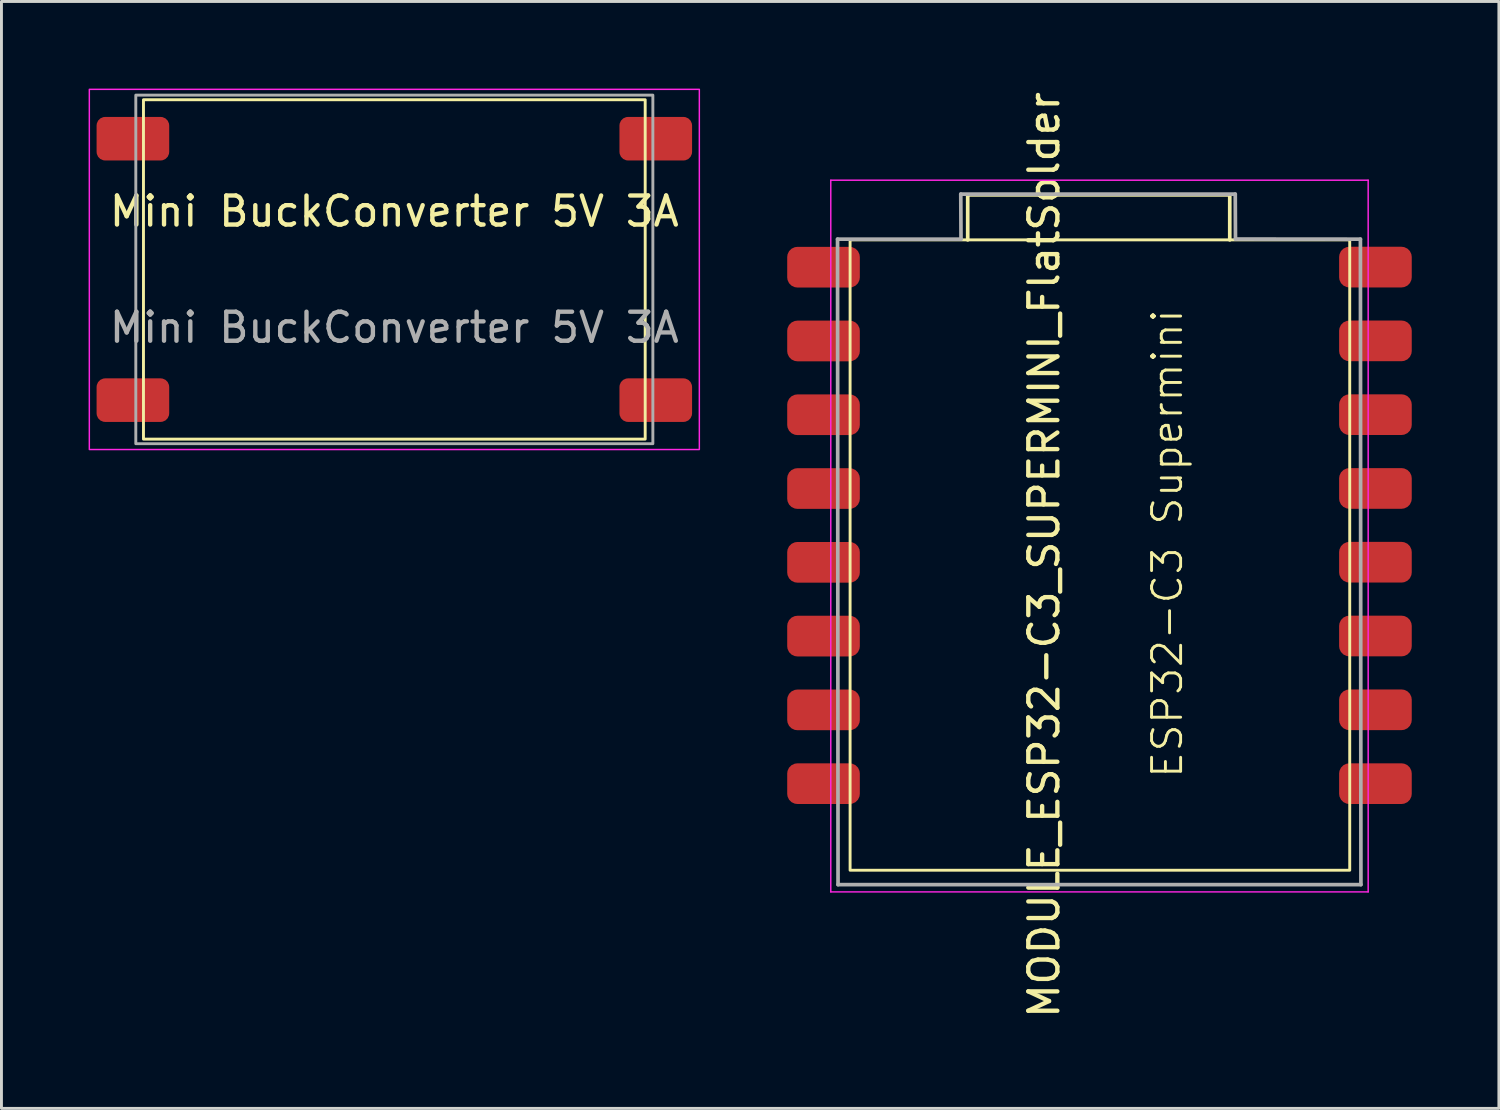
<source format=kicad_pcb>
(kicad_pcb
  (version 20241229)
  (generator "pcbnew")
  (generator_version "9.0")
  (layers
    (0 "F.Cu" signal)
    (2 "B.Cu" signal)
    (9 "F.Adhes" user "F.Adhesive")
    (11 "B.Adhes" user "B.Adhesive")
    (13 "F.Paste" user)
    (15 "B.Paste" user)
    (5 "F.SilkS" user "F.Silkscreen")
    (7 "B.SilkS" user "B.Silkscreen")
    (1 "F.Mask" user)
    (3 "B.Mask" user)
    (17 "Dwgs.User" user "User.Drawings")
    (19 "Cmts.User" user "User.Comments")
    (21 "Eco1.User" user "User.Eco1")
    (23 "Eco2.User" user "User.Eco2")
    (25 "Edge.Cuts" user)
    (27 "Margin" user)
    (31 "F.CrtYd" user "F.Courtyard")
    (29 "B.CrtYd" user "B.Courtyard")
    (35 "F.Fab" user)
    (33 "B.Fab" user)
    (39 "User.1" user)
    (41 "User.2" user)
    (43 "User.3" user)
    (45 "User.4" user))
  (footprint "Mini BuckConverter 5V 3A"
    (layer "F.Cu")
    (at 10.525 6.225)
    (property "Reference" "Mini BuckConverter 5V 3A" (at 0 -2 0) (unlocked yes) (layer "F.SilkS") (effects (font (size 1 1) (thickness 0.15))))
    (attr smd)
    (fp_rect (start -8.636 -5.842) (end 8.636 5.842) (stroke (width 0.1) (type default)) (fill no) (layer "F.SilkS"))
    (fp_rect (start -10.1 -5.08) (end -7.862 -3.88) (stroke (width 0.1) (type default)) (fill yes) (layer "F.Paste"))
    (fp_rect (start -10.1 3.9) (end -7.862 5.1) (stroke (width 0.1) (type default)) (fill yes) (layer "F.Paste"))
    (fp_rect (start 7.862 -5.08) (end 10.1 -3.88) (stroke (width 0.1) (type default)) (fill yes) (layer "F.Paste"))
    (fp_rect (start 7.862 3.9) (end 10.1 5.1) (stroke (width 0.1) (type default)) (fill yes) (layer "F.Paste"))
    (fp_rect (start -10.5 -6.2) (end 10.5 6.2) (stroke (width 0.05) (type default)) (fill no) (layer "F.CrtYd"))
    (fp_rect (start 8.9 6) (end -8.9 -6) (stroke (width 0.1) (type solid)) (fill no) (layer "F.Fab"))
    (fp_text user "${REFERENCE}" (at 0 2 0) (unlocked yes) (layer "F.Fab") (effects (font (size 1 1) (thickness 0.15))))
    (pad "1" connect roundrect (at 9 -4.5) (size 2.5 1.5) (layers "F.Cu" "F.Mask") (roundrect_rratio 0.197))
    (pad "2" connect roundrect (at 9 4.5) (size 2.5 1.5) (layers "F.Cu" "F.Mask") (roundrect_rratio 0.197))
    (pad "3" connect roundrect (at -9 4.5) (size 2.5 1.5) (layers "F.Cu" "F.Mask") (roundrect_rratio 0.197))
    (pad "4" connect roundrect (at -9 -4.5) (size 2.5 1.5) (layers "F.Cu" "F.Mask") (roundrect_rratio 0.197)))
  (footprint "MODULE_ESP32-C3_SUPERMINI_FlatSolder"
    (layer "F.Cu")
    (at 34.8 16.054)
    (property "Reference" "MODULE_ESP32-C3_SUPERMINI_FlatSolder" (at -1.905 0 90) (layer "F.SilkS") (effects (font (size 1 1) (thickness 0.15))))
    (attr smd)
    (fp_line (start -4.536 -12.395) (end -4.536 -10.846) (stroke (width 0.127) (type solid)) (layer "F.SilkS"))
    (fp_line (start 4.485 -12.395) (end -4.536 -12.395) (stroke (width 0.127) (type solid)) (layer "F.SilkS"))
    (fp_line (start 4.485 -12.395) (end 4.485 -10.846) (stroke (width 0.127) (type solid)) (layer "F.SilkS"))
    (fp_rect (start -8.585 -10.846) (end 8.615 10.854) (stroke (width 0.1) (type default)) (fill no) (layer "F.SilkS"))
    (fp_line (start -9.25 -12.9) (end 9.25 -12.9) (stroke (width 0.05) (type solid)) (layer "F.CrtYd"))
    (fp_line (start -9.25 11.6) (end -9.25 -12.9) (stroke (width 0.05) (type solid)) (layer "F.CrtYd"))
    (fp_line (start 9.25 -12.9) (end 9.25 11.6) (stroke (width 0.05) (type solid)) (layer "F.CrtYd"))
    (fp_line (start 9.25 11.6) (end -9.25 11.6) (stroke (width 0.05) (type solid)) (layer "F.CrtYd"))
    (fp_line (start -9 11.35) (end -9.017 -10.871) (stroke (width 0.127) (type solid)) (layer "F.Fab"))
    (fp_line (start -4.775 -12.421) (end -4.767 -10.871) (stroke (width 0.127) (type solid)) (layer "F.Fab"))
    (fp_line (start -4.767 -10.871) (end -9.017 -10.871) (stroke (width 0.127) (type solid)) (layer "F.Fab"))
    (fp_line (start 4.674 -12.421) (end -4.775 -12.421) (stroke (width 0.127) (type solid)) (layer "F.Fab"))
    (fp_line (start 4.674 -12.421) (end 4.682 -10.875) (stroke (width 0.127) (type solid)) (layer "F.Fab"))
    (fp_line (start 8.983 -10.871) (end 4.682 -10.875) (stroke (width 0.127) (type solid)) (layer "F.Fab"))
    (fp_line (start 9 11.35) (end -9 11.35) (stroke (width 0.127) (type solid)) (layer "F.Fab"))
    (fp_line (start 9 11.35) (end 8.983 -10.871) (stroke (width 0.127) (type solid)) (layer "F.Fab"))
    (fp_text user "ESP32-C3 Supermini" (at 2.921 7.747 90) (unlocked yes) (layer "F.SilkS") (effects (font (size 1 1) (thickness 0.1)) (justify left bottom)))
    (pad "0" smd roundrect (at 9.5 7.874 180) (size 2.5 1.4) (layers "F.Cu" "F.Mask" "F.Paste") (roundrect_rratio 0.25))
    (pad "1" smd roundrect (at 9.5 5.331 180) (size 2.5 1.4) (layers "F.Cu" "F.Mask" "F.Paste") (roundrect_rratio 0.25))
    (pad "2" smd roundrect (at 9.5 2.791 180) (size 2.5 1.4) (layers "F.Cu" "F.Mask" "F.Paste") (roundrect_rratio 0.25))
    (pad "3" smd roundrect (at 9.5 0.251 180) (size 2.5 1.4) (layers "F.Cu" "F.Mask" "F.Paste") (roundrect_rratio 0.25))
    (pad "3.3" smd roundrect (at 9.5 -4.829 180) (size 2.5 1.4) (layers "F.Cu" "F.Mask" "F.Paste") (roundrect_rratio 0.25))
    (pad "4" smd roundrect (at 9.5 -2.289 180) (size 2.5 1.4) (layers "F.Cu" "F.Mask" "F.Paste") (roundrect_rratio 0.25))
    (pad "5" smd roundrect (at -9.5 -9.906 180) (size 2.5 1.4) (layers "F.Cu" "F.Mask" "F.Paste") (roundrect_rratio 0.25))
    (pad "5V" smd roundrect (at 9.5 -9.909 180) (size 2.5 1.4) (layers "F.Cu" "F.Mask" "F.Paste") (roundrect_rratio 0.25))
    (pad "6" smd roundrect (at -9.5 -7.366 180) (size 2.5 1.4) (layers "F.Cu" "F.Mask" "F.Paste") (roundrect_rratio 0.25))
    (pad "7" smd roundrect (at -9.5 -4.826 180) (size 2.5 1.4) (layers "F.Cu" "F.Mask" "F.Paste") (roundrect_rratio 0.25))
    (pad "8" smd roundrect (at -9.5 -2.286 180) (size 2.5 1.4) (layers "F.Cu" "F.Mask" "F.Paste") (roundrect_rratio 0.25))
    (pad "9" smd roundrect (at -9.5 0.254 180) (size 2.5 1.4) (layers "F.Cu" "F.Mask" "F.Paste") (roundrect_rratio 0.25))
    (pad "10" smd roundrect (at -9.5 2.794 180) (size 2.5 1.4) (layers "F.Cu" "F.Mask" "F.Paste") (roundrect_rratio 0.25))
    (pad "20" smd roundrect (at -9.5 5.334 180) (size 2.5 1.4) (layers "F.Cu" "F.Mask" "F.Paste") (roundrect_rratio 0.25))
    (pad "21" smd roundrect (at -9.5 7.874 180) (size 2.5 1.4) (layers "F.Cu" "F.Mask" "F.Paste") (roundrect_rratio 0.25))
    (pad "G" smd roundrect (at 9.5 -7.369 180) (size 2.5 1.4) (layers "F.Cu" "F.Mask" "F.Paste") (roundrect_rratio 0.25)))
  (gr_rect
    (start -3 -3)
    (end 48.55 35.107)
    (stroke (width 0.1) (type default))
    (fill no)
    (layer "Edge.Cuts")))
</source>
